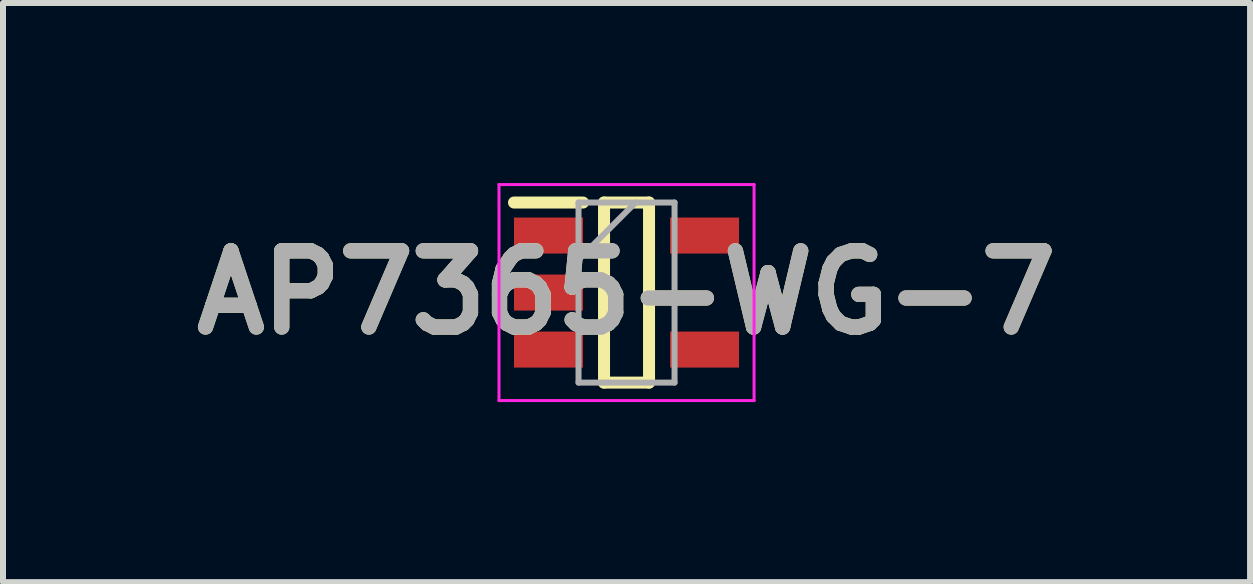
<source format=kicad_pcb>
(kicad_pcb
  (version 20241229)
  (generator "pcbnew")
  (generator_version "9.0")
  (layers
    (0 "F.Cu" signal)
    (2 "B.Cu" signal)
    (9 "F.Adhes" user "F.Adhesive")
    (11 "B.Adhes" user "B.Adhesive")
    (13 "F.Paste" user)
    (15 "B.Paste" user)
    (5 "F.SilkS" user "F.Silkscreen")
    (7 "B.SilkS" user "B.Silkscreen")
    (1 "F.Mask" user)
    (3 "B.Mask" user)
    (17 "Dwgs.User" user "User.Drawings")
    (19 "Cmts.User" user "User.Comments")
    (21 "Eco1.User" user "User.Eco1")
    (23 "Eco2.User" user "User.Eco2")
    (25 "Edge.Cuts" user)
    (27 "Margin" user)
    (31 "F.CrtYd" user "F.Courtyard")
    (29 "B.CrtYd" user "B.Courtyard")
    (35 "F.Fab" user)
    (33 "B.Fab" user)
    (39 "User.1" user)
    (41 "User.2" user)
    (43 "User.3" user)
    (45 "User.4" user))
  (footprint "AP7365-WG-7"
    (layer "F.Cu")
    (at 7.39 1.825)
    (property "Reference" "AP7365-WG-7" (at 0 0 0) (layer "F.SilkS") (effects (font (size 1.27 1.27) (thickness 0.254))))
    (attr smd)
    (fp_line (start -1.875 -1.5) (end -0.725 -1.5) (stroke (width 0.2) (type solid)) (layer "F.SilkS"))
    (fp_line (start -0.375 -1.5) (end 0.375 -1.5) (stroke (width 0.2) (type solid)) (layer "F.SilkS"))
    (fp_line (start -0.375 1.5) (end -0.375 -1.5) (stroke (width 0.2) (type solid)) (layer "F.SilkS"))
    (fp_line (start 0.375 -1.5) (end 0.375 1.5) (stroke (width 0.2) (type solid)) (layer "F.SilkS"))
    (fp_line (start 0.375 1.5) (end -0.375 1.5) (stroke (width 0.2) (type solid)) (layer "F.SilkS"))
    (fp_line (start -2.125 -1.8) (end 2.125 -1.8) (stroke (width 0.05) (type solid)) (layer "F.CrtYd"))
    (fp_line (start -2.125 1.8) (end -2.125 -1.8) (stroke (width 0.05) (type solid)) (layer "F.CrtYd"))
    (fp_line (start 2.125 -1.8) (end 2.125 1.8) (stroke (width 0.05) (type solid)) (layer "F.CrtYd"))
    (fp_line (start 2.125 1.8) (end -2.125 1.8) (stroke (width 0.05) (type solid)) (layer "F.CrtYd"))
    (fp_line (start -0.8 -1.5) (end 0.8 -1.5) (stroke (width 0.1) (type solid)) (layer "F.Fab"))
    (fp_line (start -0.8 -0.55) (end 0.15 -1.5) (stroke (width 0.1) (type solid)) (layer "F.Fab"))
    (fp_line (start -0.8 1.5) (end -0.8 -1.5) (stroke (width 0.1) (type solid)) (layer "F.Fab"))
    (fp_line (start 0.8 -1.5) (end 0.8 1.5) (stroke (width 0.1) (type solid)) (layer "F.Fab"))
    (fp_line (start 0.8 1.5) (end -0.8 1.5) (stroke (width 0.1) (type solid)) (layer "F.Fab"))
    (fp_text user "${REFERENCE}" (at 0 0 0) (layer "F.Fab") (effects (font (size 1.27 1.27) (thickness 0.254))))
    (pad "1" smd rect (at -1.3 -0.95 90) (size 0.6 1.15) (layers "F.Cu" "F.Mask" "F.Paste"))
    (pad "2" smd rect (at -1.3 0 90) (size 0.6 1.15) (layers "F.Cu" "F.Mask" "F.Paste"))
    (pad "3" smd rect (at -1.3 0.95 90) (size 0.6 1.15) (layers "F.Cu" "F.Mask" "F.Paste"))
    (pad "4" smd rect (at 1.3 0.95 90) (size 0.6 1.15) (layers "F.Cu" "F.Mask" "F.Paste"))
    (pad "5" smd rect (at 1.3 -0.95 90) (size 0.6 1.15) (layers "F.Cu" "F.Mask" "F.Paste")))
  (gr_rect
    (start -3 -3)
    (end 17.78 6.65)
    (stroke (width 0.1) (type default))
    (fill no)
    (layer "Edge.Cuts")))
</source>
